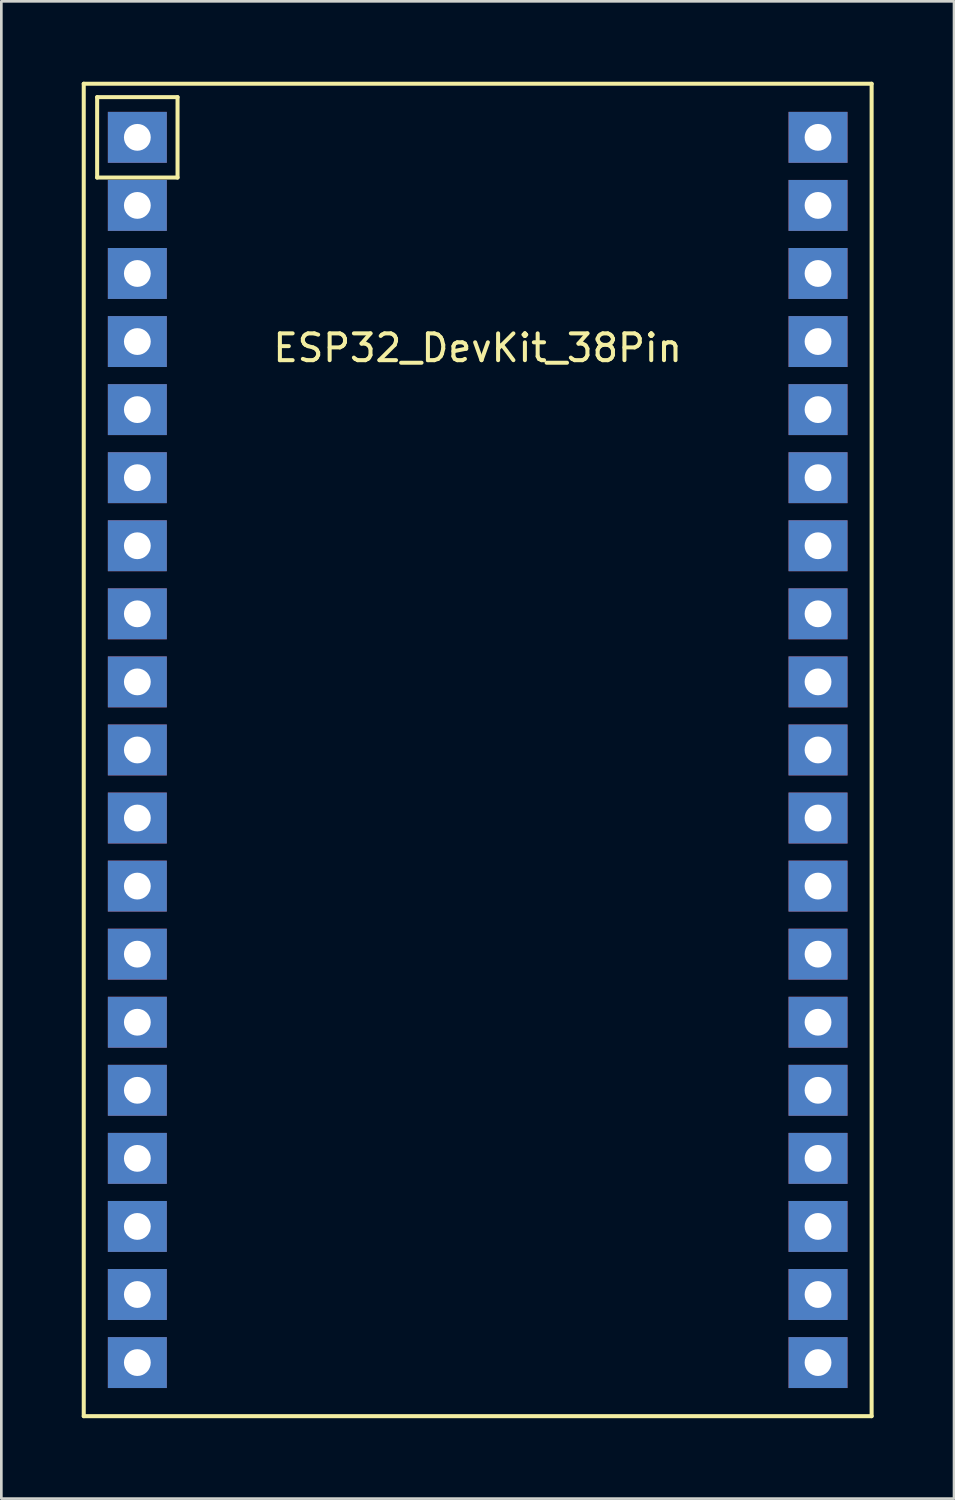
<source format=kicad_pcb>
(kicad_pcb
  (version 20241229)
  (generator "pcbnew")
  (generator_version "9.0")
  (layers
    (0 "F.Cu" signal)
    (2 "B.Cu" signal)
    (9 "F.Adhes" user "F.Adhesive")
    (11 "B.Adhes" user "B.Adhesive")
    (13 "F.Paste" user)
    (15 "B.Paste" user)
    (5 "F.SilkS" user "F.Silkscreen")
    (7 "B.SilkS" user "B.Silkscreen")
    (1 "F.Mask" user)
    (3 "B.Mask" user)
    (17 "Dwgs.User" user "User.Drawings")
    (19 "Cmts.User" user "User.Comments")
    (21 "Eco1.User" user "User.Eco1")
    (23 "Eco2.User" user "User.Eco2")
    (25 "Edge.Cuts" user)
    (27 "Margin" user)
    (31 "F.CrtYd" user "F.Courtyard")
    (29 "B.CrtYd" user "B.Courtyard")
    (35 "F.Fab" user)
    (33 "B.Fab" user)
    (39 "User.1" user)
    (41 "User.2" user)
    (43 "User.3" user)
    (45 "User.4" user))
  (footprint "ESP32_DevKit_38Pin"
    (layer "F.Cu")
    (at 14.775 24.935)
    (property "Reference" "ESP32_DevKit_38Pin" (at 0 -15 0) (layer "F.SilkS") (effects (font (size 1 1) (thickness 0.15))))
    (attr through_hole)
    (fp_line (start -14.7 -24.86) (end 14.7 -24.86) (stroke (width 0.15) (type solid)) (layer "F.SilkS"))
    (fp_line (start -14.7 24.86) (end -14.7 -24.86) (stroke (width 0.15) (type solid)) (layer "F.SilkS"))
    (fp_line (start -14.2 -24.36) (end -11.2 -24.36) (stroke (width 0.15) (type solid)) (layer "F.SilkS"))
    (fp_line (start -14.2 -21.36) (end -14.2 -24.36) (stroke (width 0.15) (type solid)) (layer "F.SilkS"))
    (fp_line (start -11.2 -24.36) (end -11.2 -21.36) (stroke (width 0.15) (type solid)) (layer "F.SilkS"))
    (fp_line (start -11.2 -21.36) (end -14.2 -21.36) (stroke (width 0.15) (type solid)) (layer "F.SilkS"))
    (fp_line (start 14.7 -24.86) (end 14.7 24.86) (stroke (width 0.15) (type solid)) (layer "F.SilkS"))
    (fp_line (start 14.7 24.86) (end -14.7 24.86) (stroke (width 0.15) (type solid)) (layer "F.SilkS"))
    (pad "1" thru_hole rect (at -12.7 -22.86) (size 2.2 1.9) (drill 1) (layers "*.Cu" "*.Mask"))
    (pad "2" thru_hole rect (at -12.7 -20.32) (size 2.2 1.9) (drill 1) (layers "*.Cu" "*.Mask"))
    (pad "3" thru_hole rect (at -12.7 -17.78) (size 2.2 1.9) (drill 1) (layers "*.Cu" "*.Mask"))
    (pad "4" thru_hole rect (at -12.7 -15.24) (size 2.2 1.9) (drill 1) (layers "*.Cu" "*.Mask"))
    (pad "5" thru_hole rect (at -12.7 -12.7) (size 2.2 1.9) (drill 1) (layers "*.Cu" "*.Mask"))
    (pad "6" thru_hole rect (at -12.7 -10.16) (size 2.2 1.9) (drill 1) (layers "*.Cu" "*.Mask"))
    (pad "7" thru_hole rect (at -12.7 -7.62) (size 2.2 1.9) (drill 1) (layers "*.Cu" "*.Mask"))
    (pad "8" thru_hole rect (at -12.7 -5.08) (size 2.2 1.9) (drill 1) (layers "*.Cu" "*.Mask"))
    (pad "9" thru_hole rect (at -12.7 -2.54) (size 2.2 1.9) (drill 1) (layers "*.Cu" "*.Mask"))
    (pad "10" thru_hole rect (at -12.7 0) (size 2.2 1.9) (drill 1) (layers "*.Cu" "*.Mask"))
    (pad "11" thru_hole rect (at -12.7 2.54) (size 2.2 1.9) (drill 1) (layers "*.Cu" "*.Mask"))
    (pad "12" thru_hole rect (at -12.7 5.08) (size 2.2 1.9) (drill 1) (layers "*.Cu" "*.Mask"))
    (pad "13" thru_hole rect (at -12.7 7.62) (size 2.2 1.9) (drill 1) (layers "*.Cu" "*.Mask"))
    (pad "14" thru_hole rect (at -12.7 10.16) (size 2.2 1.9) (drill 1) (layers "*.Cu" "*.Mask"))
    (pad "15" thru_hole rect (at -12.7 12.7) (size 2.2 1.9) (drill 1) (layers "*.Cu" "*.Mask"))
    (pad "16" thru_hole rect (at -12.7 15.24) (size 2.2 1.9) (drill 1) (layers "*.Cu" "*.Mask"))
    (pad "17" thru_hole rect (at -12.7 17.78) (size 2.2 1.9) (drill 1) (layers "*.Cu" "*.Mask"))
    (pad "18" thru_hole rect (at -12.7 20.32) (size 2.2 1.9) (drill 1) (layers "*.Cu" "*.Mask"))
    (pad "19" thru_hole rect (at -12.7 22.86) (size 2.2 1.9) (drill 1) (layers "*.Cu" "*.Mask"))
    (pad "20" thru_hole rect (at 12.7 22.86) (size 2.2 1.9) (drill 1) (layers "*.Cu" "*.Mask"))
    (pad "21" thru_hole rect (at 12.7 20.32) (size 2.2 1.9) (drill 1) (layers "*.Cu" "*.Mask"))
    (pad "22" thru_hole rect (at 12.7 17.78) (size 2.2 1.9) (drill 1) (layers "*.Cu" "*.Mask"))
    (pad "23" thru_hole rect (at 12.7 15.24) (size 2.2 1.9) (drill 1) (layers "*.Cu" "*.Mask"))
    (pad "24" thru_hole rect (at 12.7 12.7) (size 2.2 1.9) (drill 1) (layers "*.Cu" "*.Mask"))
    (pad "25" thru_hole rect (at 12.7 10.16) (size 2.2 1.9) (drill 1) (layers "*.Cu" "*.Mask"))
    (pad "26" thru_hole rect (at 12.7 7.62) (size 2.2 1.9) (drill 1) (layers "*.Cu" "*.Mask"))
    (pad "27" thru_hole rect (at 12.7 5.08) (size 2.2 1.9) (drill 1) (layers "*.Cu" "*.Mask"))
    (pad "28" thru_hole rect (at 12.7 2.54) (size 2.2 1.9) (drill 1) (layers "*.Cu" "*.Mask"))
    (pad "29" thru_hole rect (at 12.7 0) (size 2.2 1.9) (drill 1) (layers "*.Cu" "*.Mask"))
    (pad "30" thru_hole rect (at 12.7 -2.54) (size 2.2 1.9) (drill 1) (layers "*.Cu" "*.Mask"))
    (pad "31" thru_hole rect (at 12.7 -5.08) (size 2.2 1.9) (drill 1) (layers "*.Cu" "*.Mask"))
    (pad "32" thru_hole rect (at 12.7 -7.62) (size 2.2 1.9) (drill 1) (layers "*.Cu" "*.Mask"))
    (pad "33" thru_hole rect (at 12.7 -10.16) (size 2.2 1.9) (drill 1) (layers "*.Cu" "*.Mask"))
    (pad "34" thru_hole rect (at 12.7 -12.7) (size 2.2 1.9) (drill 1) (layers "*.Cu" "*.Mask"))
    (pad "35" thru_hole rect (at 12.7 -15.24) (size 2.2 1.9) (drill 1) (layers "*.Cu" "*.Mask"))
    (pad "36" thru_hole rect (at 12.7 -17.78) (size 2.2 1.9) (drill 1) (layers "*.Cu" "*.Mask"))
    (pad "37" thru_hole rect (at 12.7 -20.32) (size 2.2 1.9) (drill 1) (layers "*.Cu" "*.Mask"))
    (pad "38" thru_hole rect (at 12.7 -22.86) (size 2.2 1.9) (drill 1) (layers "*.Cu" "*.Mask")))
  (gr_rect
    (start -3 -3)
    (end 32.55 52.87)
    (stroke (width 0.1) (type default))
    (fill no)
    (layer "Edge.Cuts")))
</source>
